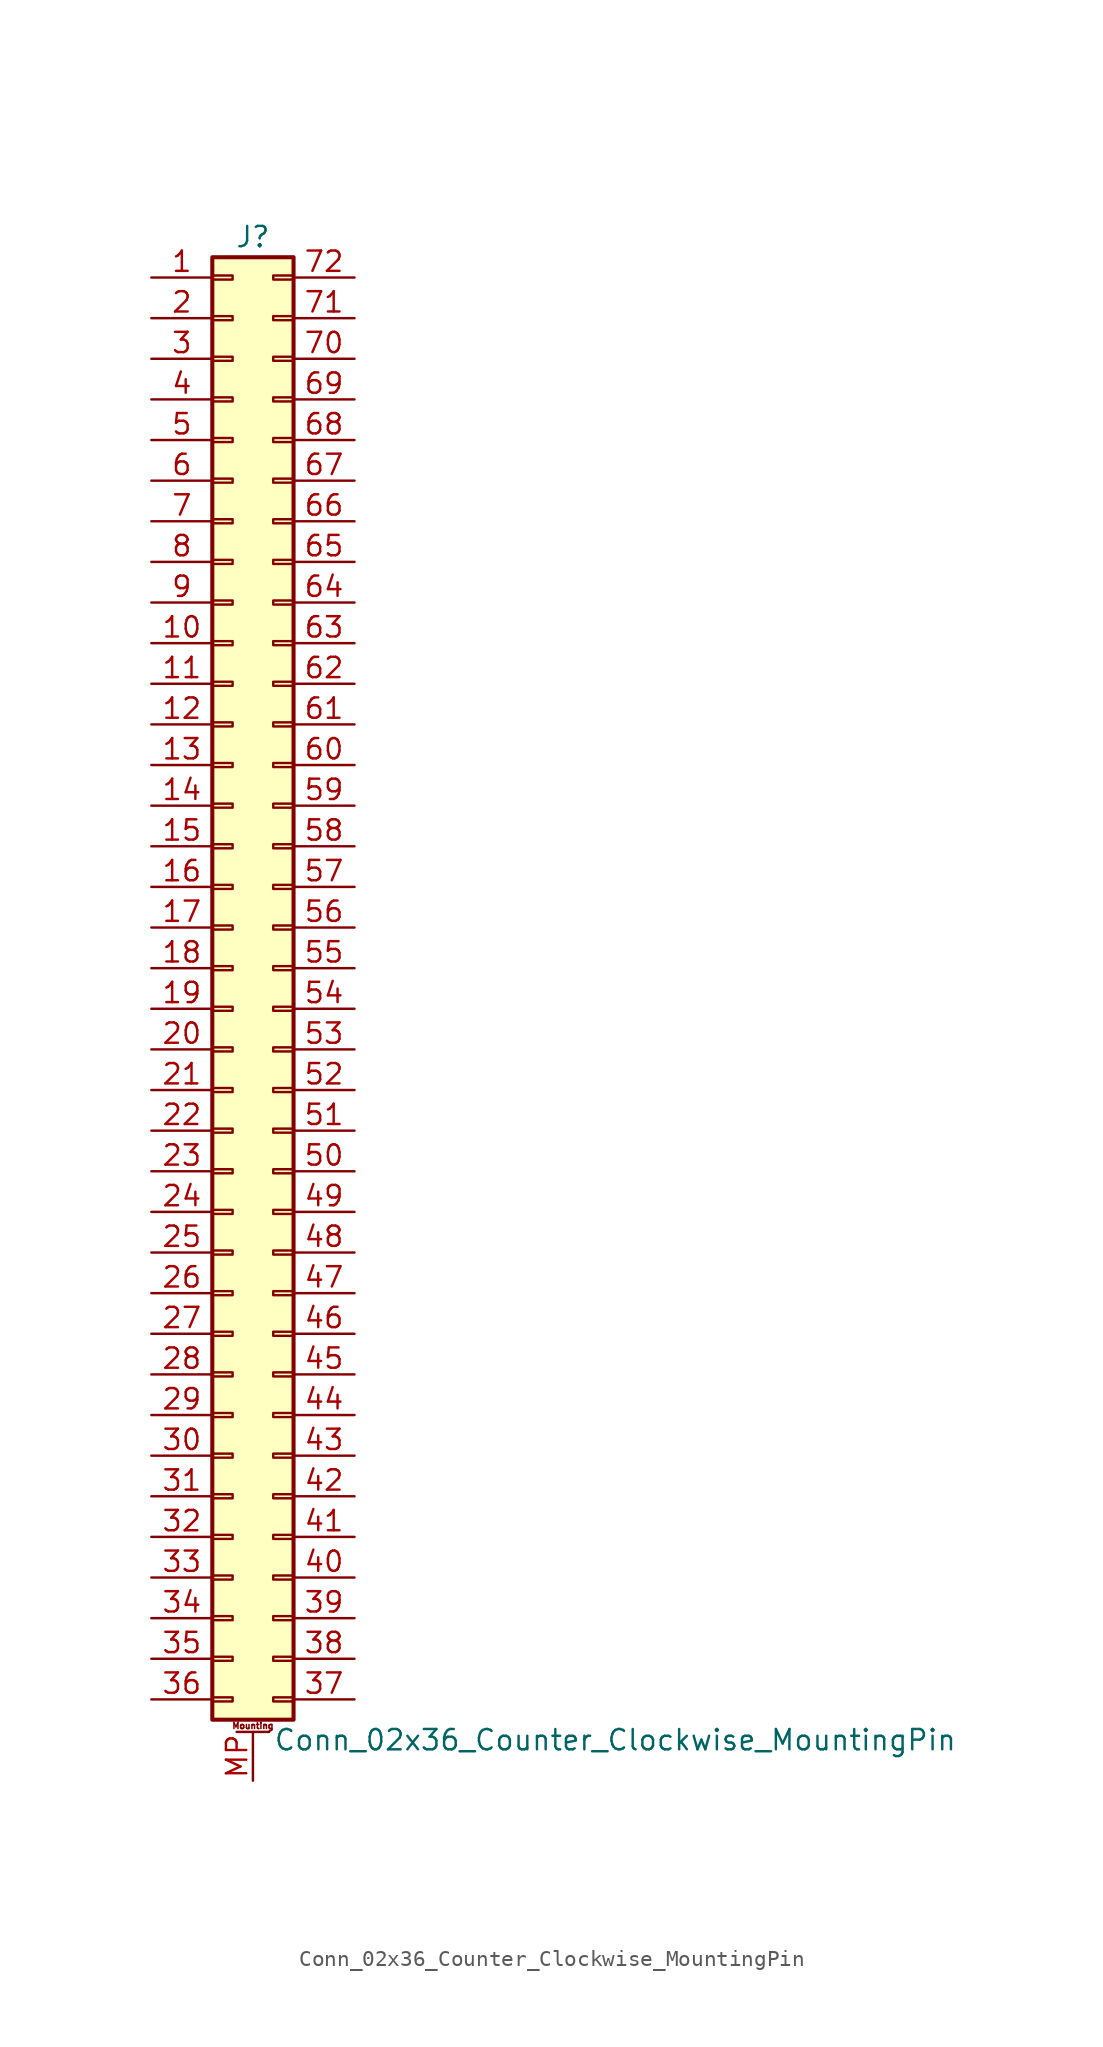
<source format=kicad_sym>
(kicad_symbol_lib
  (version 20201005)
  (generator kicad_symbol_editor)
  (symbol "Connector_Generic_MountingPin:Conn_02x36_Counter_Clockwise_MountingPin"
    (pin_names
      (offset 1.016) hide)
    (property "Reference" "J"
      (at 1.27 45.72 0)
      (effects (font (size 1.27 1.27))))
    (property "Value" "Conn_02x36_Counter_Clockwise_MountingPin"
      (at 2.54 -48.26 0)
      (effects (font (size 1.27 1.27)) (justify left)))
    (symbol "Conn_02x36_Counter_Clockwise_MountingPin_1_1"
      (text "Mounting" (at 1.27 -47.371 0) (effects (font (size 0.381 0.381))))
      (rectangle (start -1.27 -27.813) (end 0 -28.067) (stroke (width 0.152)) (fill (type none)))
      (rectangle (start -1.27 -30.353) (end 0 -30.607) (stroke (width 0.152)) (fill (type none)))
      (rectangle (start -1.27 -32.893) (end 0 -33.147) (stroke (width 0.152)) (fill (type none)))
      (rectangle (start -1.27 -35.433) (end 0 -35.687) (stroke (width 0.152)) (fill (type none)))
      (rectangle (start -1.27 -37.973) (end 0 -38.227) (stroke (width 0.152)) (fill (type none)))
      (rectangle (start -1.27 -40.513) (end 0 -40.767) (stroke (width 0.152)) (fill (type none)))
      (rectangle (start -1.27 -43.053) (end 0 -43.307) (stroke (width 0.152)) (fill (type none)))
      (rectangle (start -1.27 -45.593) (end 0 -45.847) (stroke (width 0.152)) (fill (type none)))
      (rectangle (start -1.27 -4.953) (end 0 -5.207) (stroke (width 0.152)) (fill (type none)))
      (rectangle (start -1.27 -7.493) (end 0 -7.747) (stroke (width 0.152)) (fill (type none)))
      (rectangle (start -1.27 -10.033) (end 0 -10.287) (stroke (width 0.152)) (fill (type none)))
      (rectangle (start -1.27 -12.573) (end 0 -12.827) (stroke (width 0.152)) (fill (type none)))
      (rectangle (start -1.27 -15.113) (end 0 -15.367) (stroke (width 0.152)) (fill (type none)))
      (rectangle (start -1.27 -17.653) (end 0 -17.907) (stroke (width 0.152)) (fill (type none)))
      (rectangle (start -1.27 -20.193) (end 0 -20.447) (stroke (width 0.152)) (fill (type none)))
      (rectangle (start -1.27 -22.733) (end 0 -22.987) (stroke (width 0.152)) (fill (type none)))
      (rectangle (start -1.27 -2.413) (end 0 -2.667) (stroke (width 0.152)) (fill (type none)))
      (rectangle (start -1.27 -25.273) (end 0 -25.527) (stroke (width 0.152)) (fill (type none)))
      (rectangle (start -1.27 25.527) (end 0 25.273) (stroke (width 0.152)) (fill (type none)))
      (rectangle (start -1.27 2.667) (end 0 2.413) (stroke (width 0.152)) (fill (type none)))
      (rectangle (start -1.27 28.067) (end 0 27.813) (stroke (width 0.152)) (fill (type none)))
      (rectangle (start -1.27 30.607) (end 0 30.353) (stroke (width 0.152)) (fill (type none)))
      (rectangle (start -1.27 33.147) (end 0 32.893) (stroke (width 0.152)) (fill (type none)))
      (rectangle (start -1.27 35.687) (end 0 35.433) (stroke (width 0.152)) (fill (type none)))
      (rectangle (start -1.27 38.227) (end 0 37.973) (stroke (width 0.152)) (fill (type none)))
      (rectangle (start -1.27 40.767) (end 0 40.513) (stroke (width 0.152)) (fill (type none)))
      (rectangle (start -1.27 43.307) (end 0 43.053) (stroke (width 0.152)) (fill (type none)))
      (rectangle (start -1.27 44.45) (end 3.81 -46.99) (stroke (width 0.254)) (fill (type background)))
      (rectangle (start -1.27 5.207) (end 0 4.953) (stroke (width 0.152)) (fill (type none)))
      (rectangle (start -1.27 7.747) (end 0 7.493) (stroke (width 0.152)) (fill (type none)))
      (rectangle (start -1.27 10.287) (end 0 10.033) (stroke (width 0.152)) (fill (type none)))
      (rectangle (start -1.27 0.127) (end 0 -0.127) (stroke (width 0.152)) (fill (type none)))
      (rectangle (start -1.27 12.827) (end 0 12.573) (stroke (width 0.152)) (fill (type none)))
      (rectangle (start -1.27 15.367) (end 0 15.113) (stroke (width 0.152)) (fill (type none)))
      (rectangle (start -1.27 17.907) (end 0 17.653) (stroke (width 0.152)) (fill (type none)))
      (rectangle (start -1.27 20.447) (end 0 20.193) (stroke (width 0.152)) (fill (type none)))
      (rectangle (start -1.27 22.987) (end 0 22.733) (stroke (width 0.152)) (fill (type none)))
      (rectangle (start 3.81 -27.813) (end 2.54 -28.067) (stroke (width 0.152)) (fill (type none)))
      (rectangle (start 3.81 -30.353) (end 2.54 -30.607) (stroke (width 0.152)) (fill (type none)))
      (rectangle (start 3.81 -32.893) (end 2.54 -33.147) (stroke (width 0.152)) (fill (type none)))
      (rectangle (start 3.81 -35.433) (end 2.54 -35.687) (stroke (width 0.152)) (fill (type none)))
      (rectangle (start 3.81 -37.973) (end 2.54 -38.227) (stroke (width 0.152)) (fill (type none)))
      (rectangle (start 3.81 -40.513) (end 2.54 -40.767) (stroke (width 0.152)) (fill (type none)))
      (rectangle (start 3.81 -43.053) (end 2.54 -43.307) (stroke (width 0.152)) (fill (type none)))
      (rectangle (start 3.81 -45.593) (end 2.54 -45.847) (stroke (width 0.152)) (fill (type none)))
      (rectangle (start 3.81 -4.953) (end 2.54 -5.207) (stroke (width 0.152)) (fill (type none)))
      (rectangle (start 3.81 -7.493) (end 2.54 -7.747) (stroke (width 0.152)) (fill (type none)))
      (rectangle (start 3.81 -10.033) (end 2.54 -10.287) (stroke (width 0.152)) (fill (type none)))
      (rectangle (start 3.81 -12.573) (end 2.54 -12.827) (stroke (width 0.152)) (fill (type none)))
      (rectangle (start 3.81 -15.113) (end 2.54 -15.367) (stroke (width 0.152)) (fill (type none)))
      (rectangle (start 3.81 -17.653) (end 2.54 -17.907) (stroke (width 0.152)) (fill (type none)))
      (rectangle (start 3.81 -20.193) (end 2.54 -20.447) (stroke (width 0.152)) (fill (type none)))
      (rectangle (start 3.81 -22.733) (end 2.54 -22.987) (stroke (width 0.152)) (fill (type none)))
      (rectangle (start 3.81 -2.413) (end 2.54 -2.667) (stroke (width 0.152)) (fill (type none)))
      (rectangle (start 3.81 -25.273) (end 2.54 -25.527) (stroke (width 0.152)) (fill (type none)))
      (rectangle (start 3.81 25.527) (end 2.54 25.273) (stroke (width 0.152)) (fill (type none)))
      (rectangle (start 3.81 2.667) (end 2.54 2.413) (stroke (width 0.152)) (fill (type none)))
      (rectangle (start 3.81 28.067) (end 2.54 27.813) (stroke (width 0.152)) (fill (type none)))
      (rectangle (start 3.81 30.607) (end 2.54 30.353) (stroke (width 0.152)) (fill (type none)))
      (rectangle (start 3.81 33.147) (end 2.54 32.893) (stroke (width 0.152)) (fill (type none)))
      (rectangle (start 3.81 35.687) (end 2.54 35.433) (stroke (width 0.152)) (fill (type none)))
      (rectangle (start 3.81 38.227) (end 2.54 37.973) (stroke (width 0.152)) (fill (type none)))
      (rectangle (start 3.81 40.767) (end 2.54 40.513) (stroke (width 0.152)) (fill (type none)))
      (rectangle (start 3.81 43.307) (end 2.54 43.053) (stroke (width 0.152)) (fill (type none)))
      (rectangle (start 3.81 5.207) (end 2.54 4.953) (stroke (width 0.152)) (fill (type none)))
      (rectangle (start 3.81 7.747) (end 2.54 7.493) (stroke (width 0.152)) (fill (type none)))
      (rectangle (start 3.81 10.287) (end 2.54 10.033) (stroke (width 0.152)) (fill (type none)))
      (rectangle (start 3.81 0.127) (end 2.54 -0.127) (stroke (width 0.152)) (fill (type none)))
      (rectangle (start 3.81 12.827) (end 2.54 12.573) (stroke (width 0.152)) (fill (type none)))
      (rectangle (start 3.81 15.367) (end 2.54 15.113) (stroke (width 0.152)) (fill (type none)))
      (rectangle (start 3.81 17.907) (end 2.54 17.653) (stroke (width 0.152)) (fill (type none)))
      (rectangle (start 3.81 20.447) (end 2.54 20.193) (stroke (width 0.152)) (fill (type none)))
      (rectangle (start 3.81 22.987) (end 2.54 22.733) (stroke (width 0.152)) (fill (type none)))
      (polyline (pts (xy 0.254 -47.752) (xy 2.286 -47.752)) (stroke (width 0.152)) (fill (type none)))
      (pin passive line (at 1.27 -50.8 90) (length 3.048) (name "MountPin" (effects (font (size 1.27 1.27)))) (number "MP" (effects (font (size 1.27 1.27)))))
      (pin passive line (at -5.08 43.18 0) (length 3.81) (name "Pin_1" (effects (font (size 1.27 1.27)))) (number "1" (effects (font (size 1.27 1.27)))))
      (pin passive line (at -5.08 20.32 0) (length 3.81) (name "Pin_10" (effects (font (size 1.27 1.27)))) (number "10" (effects (font (size 1.27 1.27)))))
      (pin passive line (at -5.08 17.78 0) (length 3.81) (name "Pin_11" (effects (font (size 1.27 1.27)))) (number "11" (effects (font (size 1.27 1.27)))))
      (pin passive line (at -5.08 15.24 0) (length 3.81) (name "Pin_12" (effects (font (size 1.27 1.27)))) (number "12" (effects (font (size 1.27 1.27)))))
      (pin passive line (at -5.08 12.7 0) (length 3.81) (name "Pin_13" (effects (font (size 1.27 1.27)))) (number "13" (effects (font (size 1.27 1.27)))))
      (pin passive line (at -5.08 10.16 0) (length 3.81) (name "Pin_14" (effects (font (size 1.27 1.27)))) (number "14" (effects (font (size 1.27 1.27)))))
      (pin passive line (at -5.08 7.62 0) (length 3.81) (name "Pin_15" (effects (font (size 1.27 1.27)))) (number "15" (effects (font (size 1.27 1.27)))))
      (pin passive line (at -5.08 5.08 0) (length 3.81) (name "Pin_16" (effects (font (size 1.27 1.27)))) (number "16" (effects (font (size 1.27 1.27)))))
      (pin passive line (at -5.08 2.54 0) (length 3.81) (name "Pin_17" (effects (font (size 1.27 1.27)))) (number "17" (effects (font (size 1.27 1.27)))))
      (pin passive line (at -5.08 0 0) (length 3.81) (name "Pin_18" (effects (font (size 1.27 1.27)))) (number "18" (effects (font (size 1.27 1.27)))))
      (pin passive line (at -5.08 -2.54 0) (length 3.81) (name "Pin_19" (effects (font (size 1.27 1.27)))) (number "19" (effects (font (size 1.27 1.27)))))
      (pin passive line (at -5.08 40.64 0) (length 3.81) (name "Pin_2" (effects (font (size 1.27 1.27)))) (number "2" (effects (font (size 1.27 1.27)))))
      (pin passive line (at -5.08 -5.08 0) (length 3.81) (name "Pin_20" (effects (font (size 1.27 1.27)))) (number "20" (effects (font (size 1.27 1.27)))))
      (pin passive line (at -5.08 -7.62 0) (length 3.81) (name "Pin_21" (effects (font (size 1.27 1.27)))) (number "21" (effects (font (size 1.27 1.27)))))
      (pin passive line (at -5.08 -10.16 0) (length 3.81) (name "Pin_22" (effects (font (size 1.27 1.27)))) (number "22" (effects (font (size 1.27 1.27)))))
      (pin passive line (at -5.08 -12.7 0) (length 3.81) (name "Pin_23" (effects (font (size 1.27 1.27)))) (number "23" (effects (font (size 1.27 1.27)))))
      (pin passive line (at -5.08 -15.24 0) (length 3.81) (name "Pin_24" (effects (font (size 1.27 1.27)))) (number "24" (effects (font (size 1.27 1.27)))))
      (pin passive line (at -5.08 -17.78 0) (length 3.81) (name "Pin_25" (effects (font (size 1.27 1.27)))) (number "25" (effects (font (size 1.27 1.27)))))
      (pin passive line (at -5.08 -20.32 0) (length 3.81) (name "Pin_26" (effects (font (size 1.27 1.27)))) (number "26" (effects (font (size 1.27 1.27)))))
      (pin passive line (at -5.08 -22.86 0) (length 3.81) (name "Pin_27" (effects (font (size 1.27 1.27)))) (number "27" (effects (font (size 1.27 1.27)))))
      (pin passive line (at -5.08 -25.4 0) (length 3.81) (name "Pin_28" (effects (font (size 1.27 1.27)))) (number "28" (effects (font (size 1.27 1.27)))))
      (pin passive line (at -5.08 -27.94 0) (length 3.81) (name "Pin_29" (effects (font (size 1.27 1.27)))) (number "29" (effects (font (size 1.27 1.27)))))
      (pin passive line (at -5.08 38.1 0) (length 3.81) (name "Pin_3" (effects (font (size 1.27 1.27)))) (number "3" (effects (font (size 1.27 1.27)))))
      (pin passive line (at -5.08 -30.48 0) (length 3.81) (name "Pin_30" (effects (font (size 1.27 1.27)))) (number "30" (effects (font (size 1.27 1.27)))))
      (pin passive line (at -5.08 -33.02 0) (length 3.81) (name "Pin_31" (effects (font (size 1.27 1.27)))) (number "31" (effects (font (size 1.27 1.27)))))
      (pin passive line (at -5.08 -35.56 0) (length 3.81) (name "Pin_32" (effects (font (size 1.27 1.27)))) (number "32" (effects (font (size 1.27 1.27)))))
      (pin passive line (at -5.08 -38.1 0) (length 3.81) (name "Pin_33" (effects (font (size 1.27 1.27)))) (number "33" (effects (font (size 1.27 1.27)))))
      (pin passive line (at -5.08 -40.64 0) (length 3.81) (name "Pin_34" (effects (font (size 1.27 1.27)))) (number "34" (effects (font (size 1.27 1.27)))))
      (pin passive line (at -5.08 -43.18 0) (length 3.81) (name "Pin_35" (effects (font (size 1.27 1.27)))) (number "35" (effects (font (size 1.27 1.27)))))
      (pin passive line (at -5.08 -45.72 0) (length 3.81) (name "Pin_36" (effects (font (size 1.27 1.27)))) (number "36" (effects (font (size 1.27 1.27)))))
      (pin passive line (at 7.62 -45.72 180) (length 3.81) (name "Pin_37" (effects (font (size 1.27 1.27)))) (number "37" (effects (font (size 1.27 1.27)))))
      (pin passive line (at 7.62 -43.18 180) (length 3.81) (name "Pin_38" (effects (font (size 1.27 1.27)))) (number "38" (effects (font (size 1.27 1.27)))))
      (pin passive line (at 7.62 -40.64 180) (length 3.81) (name "Pin_39" (effects (font (size 1.27 1.27)))) (number "39" (effects (font (size 1.27 1.27)))))
      (pin passive line (at -5.08 35.56 0) (length 3.81) (name "Pin_4" (effects (font (size 1.27 1.27)))) (number "4" (effects (font (size 1.27 1.27)))))
      (pin passive line (at 7.62 -38.1 180) (length 3.81) (name "Pin_40" (effects (font (size 1.27 1.27)))) (number "40" (effects (font (size 1.27 1.27)))))
      (pin passive line (at 7.62 -35.56 180) (length 3.81) (name "Pin_41" (effects (font (size 1.27 1.27)))) (number "41" (effects (font (size 1.27 1.27)))))
      (pin passive line (at 7.62 -33.02 180) (length 3.81) (name "Pin_42" (effects (font (size 1.27 1.27)))) (number "42" (effects (font (size 1.27 1.27)))))
      (pin passive line (at 7.62 -30.48 180) (length 3.81) (name "Pin_43" (effects (font (size 1.27 1.27)))) (number "43" (effects (font (size 1.27 1.27)))))
      (pin passive line (at 7.62 -27.94 180) (length 3.81) (name "Pin_44" (effects (font (size 1.27 1.27)))) (number "44" (effects (font (size 1.27 1.27)))))
      (pin passive line (at 7.62 -25.4 180) (length 3.81) (name "Pin_45" (effects (font (size 1.27 1.27)))) (number "45" (effects (font (size 1.27 1.27)))))
      (pin passive line (at 7.62 -22.86 180) (length 3.81) (name "Pin_46" (effects (font (size 1.27 1.27)))) (number "46" (effects (font (size 1.27 1.27)))))
      (pin passive line (at 7.62 -20.32 180) (length 3.81) (name "Pin_47" (effects (font (size 1.27 1.27)))) (number "47" (effects (font (size 1.27 1.27)))))
      (pin passive line (at 7.62 -17.78 180) (length 3.81) (name "Pin_48" (effects (font (size 1.27 1.27)))) (number "48" (effects (font (size 1.27 1.27)))))
      (pin passive line (at 7.62 -15.24 180) (length 3.81) (name "Pin_49" (effects (font (size 1.27 1.27)))) (number "49" (effects (font (size 1.27 1.27)))))
      (pin passive line (at -5.08 33.02 0) (length 3.81) (name "Pin_5" (effects (font (size 1.27 1.27)))) (number "5" (effects (font (size 1.27 1.27)))))
      (pin passive line (at 7.62 -12.7 180) (length 3.81) (name "Pin_50" (effects (font (size 1.27 1.27)))) (number "50" (effects (font (size 1.27 1.27)))))
      (pin passive line (at 7.62 -10.16 180) (length 3.81) (name "Pin_51" (effects (font (size 1.27 1.27)))) (number "51" (effects (font (size 1.27 1.27)))))
      (pin passive line (at 7.62 -7.62 180) (length 3.81) (name "Pin_52" (effects (font (size 1.27 1.27)))) (number "52" (effects (font (size 1.27 1.27)))))
      (pin passive line (at 7.62 -5.08 180) (length 3.81) (name "Pin_53" (effects (font (size 1.27 1.27)))) (number "53" (effects (font (size 1.27 1.27)))))
      (pin passive line (at 7.62 -2.54 180) (length 3.81) (name "Pin_54" (effects (font (size 1.27 1.27)))) (number "54" (effects (font (size 1.27 1.27)))))
      (pin passive line (at 7.62 0 180) (length 3.81) (name "Pin_55" (effects (font (size 1.27 1.27)))) (number "55" (effects (font (size 1.27 1.27)))))
      (pin passive line (at 7.62 2.54 180) (length 3.81) (name "Pin_56" (effects (font (size 1.27 1.27)))) (number "56" (effects (font (size 1.27 1.27)))))
      (pin passive line (at 7.62 5.08 180) (length 3.81) (name "Pin_57" (effects (font (size 1.27 1.27)))) (number "57" (effects (font (size 1.27 1.27)))))
      (pin passive line (at 7.62 7.62 180) (length 3.81) (name "Pin_58" (effects (font (size 1.27 1.27)))) (number "58" (effects (font (size 1.27 1.27)))))
      (pin passive line (at 7.62 10.16 180) (length 3.81) (name "Pin_59" (effects (font (size 1.27 1.27)))) (number "59" (effects (font (size 1.27 1.27)))))
      (pin passive line (at -5.08 30.48 0) (length 3.81) (name "Pin_6" (effects (font (size 1.27 1.27)))) (number "6" (effects (font (size 1.27 1.27)))))
      (pin passive line (at 7.62 12.7 180) (length 3.81) (name "Pin_60" (effects (font (size 1.27 1.27)))) (number "60" (effects (font (size 1.27 1.27)))))
      (pin passive line (at 7.62 15.24 180) (length 3.81) (name "Pin_61" (effects (font (size 1.27 1.27)))) (number "61" (effects (font (size 1.27 1.27)))))
      (pin passive line (at 7.62 17.78 180) (length 3.81) (name "Pin_62" (effects (font (size 1.27 1.27)))) (number "62" (effects (font (size 1.27 1.27)))))
      (pin passive line (at 7.62 20.32 180) (length 3.81) (name "Pin_63" (effects (font (size 1.27 1.27)))) (number "63" (effects (font (size 1.27 1.27)))))
      (pin passive line (at 7.62 22.86 180) (length 3.81) (name "Pin_64" (effects (font (size 1.27 1.27)))) (number "64" (effects (font (size 1.27 1.27)))))
      (pin passive line (at 7.62 25.4 180) (length 3.81) (name "Pin_65" (effects (font (size 1.27 1.27)))) (number "65" (effects (font (size 1.27 1.27)))))
      (pin passive line (at 7.62 27.94 180) (length 3.81) (name "Pin_66" (effects (font (size 1.27 1.27)))) (number "66" (effects (font (size 1.27 1.27)))))
      (pin passive line (at 7.62 30.48 180) (length 3.81) (name "Pin_67" (effects (font (size 1.27 1.27)))) (number "67" (effects (font (size 1.27 1.27)))))
      (pin passive line (at 7.62 33.02 180) (length 3.81) (name "Pin_68" (effects (font (size 1.27 1.27)))) (number "68" (effects (font (size 1.27 1.27)))))
      (pin passive line (at 7.62 35.56 180) (length 3.81) (name "Pin_69" (effects (font (size 1.27 1.27)))) (number "69" (effects (font (size 1.27 1.27)))))
      (pin passive line (at -5.08 27.94 0) (length 3.81) (name "Pin_7" (effects (font (size 1.27 1.27)))) (number "7" (effects (font (size 1.27 1.27)))))
      (pin passive line (at 7.62 38.1 180) (length 3.81) (name "Pin_70" (effects (font (size 1.27 1.27)))) (number "70" (effects (font (size 1.27 1.27)))))
      (pin passive line (at 7.62 40.64 180) (length 3.81) (name "Pin_71" (effects (font (size 1.27 1.27)))) (number "71" (effects (font (size 1.27 1.27)))))
      (pin passive line (at 7.62 43.18 180) (length 3.81) (name "Pin_72" (effects (font (size 1.27 1.27)))) (number "72" (effects (font (size 1.27 1.27)))))
      (pin passive line (at -5.08 25.4 0) (length 3.81) (name "Pin_8" (effects (font (size 1.27 1.27)))) (number "8" (effects (font (size 1.27 1.27)))))
      (pin passive line (at -5.08 22.86 0) (length 3.81) (name "Pin_9" (effects (font (size 1.27 1.27)))) (number "9" (effects (font (size 1.27 1.27))))))))
</source>
